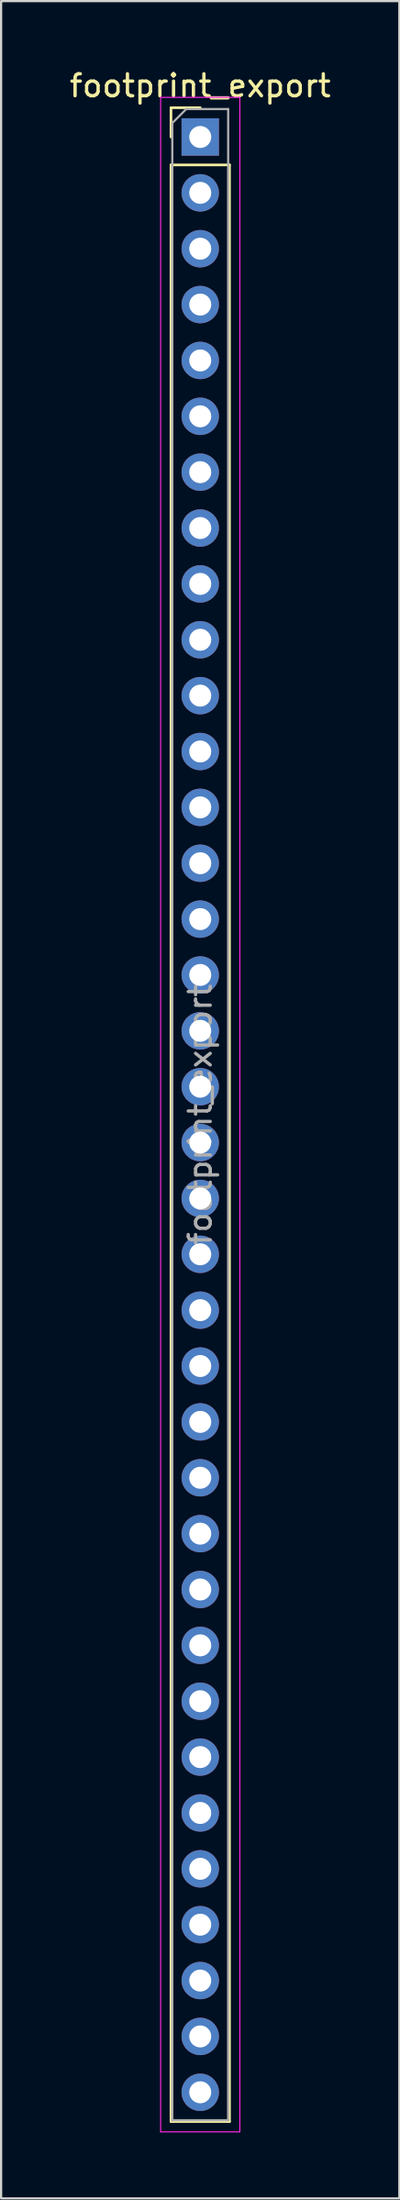
<source format=kicad_pcb>
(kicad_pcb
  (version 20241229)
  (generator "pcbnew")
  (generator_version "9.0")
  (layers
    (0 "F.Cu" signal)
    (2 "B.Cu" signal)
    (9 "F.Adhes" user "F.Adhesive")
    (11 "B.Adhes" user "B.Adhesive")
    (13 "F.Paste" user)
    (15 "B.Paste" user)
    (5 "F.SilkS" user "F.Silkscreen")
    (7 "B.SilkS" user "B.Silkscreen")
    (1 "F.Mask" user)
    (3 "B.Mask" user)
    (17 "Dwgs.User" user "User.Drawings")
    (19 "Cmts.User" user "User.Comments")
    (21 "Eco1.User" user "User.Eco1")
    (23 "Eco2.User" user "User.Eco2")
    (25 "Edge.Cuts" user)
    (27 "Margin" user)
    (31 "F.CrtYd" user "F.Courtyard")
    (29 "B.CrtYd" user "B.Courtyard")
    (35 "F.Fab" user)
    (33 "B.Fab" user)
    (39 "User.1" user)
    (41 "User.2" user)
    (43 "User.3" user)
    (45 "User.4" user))
  (footprint "footprint_export"
    (layer "F.Cu")
    (at 6.054 3.178)
    (property "Reference" "footprint_export" (at 0 -2.33 0) (layer "F.SilkS") (effects (font (size 1 1) (thickness 0.15))))
    (attr through_hole)
    (fp_line (start -1.33 -1.33) (end 0 -1.33) (stroke (width 0.12) (type solid)) (layer "F.SilkS"))
    (fp_line (start -1.33 0) (end -1.33 -1.33) (stroke (width 0.12) (type solid)) (layer "F.SilkS"))
    (fp_line (start -1.33 1.27) (end -1.33 90.23) (stroke (width 0.12) (type solid)) (layer "F.SilkS"))
    (fp_line (start -1.33 1.27) (end 1.33 1.27) (stroke (width 0.12) (type solid)) (layer "F.SilkS"))
    (fp_line (start -1.33 90.23) (end 1.33 90.23) (stroke (width 0.12) (type solid)) (layer "F.SilkS"))
    (fp_line (start 1.33 1.27) (end 1.33 90.23) (stroke (width 0.12) (type solid)) (layer "F.SilkS"))
    (fp_line (start -1.8 -1.8) (end -1.8 90.7) (stroke (width 0.05) (type solid)) (layer "F.CrtYd"))
    (fp_line (start -1.8 90.7) (end 1.8 90.7) (stroke (width 0.05) (type solid)) (layer "F.CrtYd"))
    (fp_line (start 1.8 -1.8) (end -1.8 -1.8) (stroke (width 0.05) (type solid)) (layer "F.CrtYd"))
    (fp_line (start 1.8 90.7) (end 1.8 -1.8) (stroke (width 0.05) (type solid)) (layer "F.CrtYd"))
    (fp_line (start -1.27 -0.635) (end -0.635 -1.27) (stroke (width 0.1) (type solid)) (layer "F.Fab"))
    (fp_line (start -1.27 90.17) (end -1.27 -0.635) (stroke (width 0.1) (type solid)) (layer "F.Fab"))
    (fp_line (start -0.635 -1.27) (end 1.27 -1.27) (stroke (width 0.1) (type solid)) (layer "F.Fab"))
    (fp_line (start 1.27 -1.27) (end 1.27 90.17) (stroke (width 0.1) (type solid)) (layer "F.Fab"))
    (fp_line (start 1.27 90.17) (end -1.27 90.17) (stroke (width 0.1) (type solid)) (layer "F.Fab"))
    (fp_text user "${REFERENCE}" (at 0 44.45 90) (layer "F.Fab") (effects (font (size 1 1) (thickness 0.15))))
    (pad "1" thru_hole rect (at 0 0) (size 1.7 1.7) (drill 1) (layers "*.Cu" "*.Mask"))
    (pad "2" thru_hole oval (at 0 2.54) (size 1.7 1.7) (drill 1) (layers "*.Cu" "*.Mask"))
    (pad "3" thru_hole oval (at 0 5.08) (size 1.7 1.7) (drill 1) (layers "*.Cu" "*.Mask"))
    (pad "4" thru_hole oval (at 0 7.62) (size 1.7 1.7) (drill 1) (layers "*.Cu" "*.Mask"))
    (pad "5" thru_hole oval (at 0 10.16) (size 1.7 1.7) (drill 1) (layers "*.Cu" "*.Mask"))
    (pad "6" thru_hole oval (at 0 12.7) (size 1.7 1.7) (drill 1) (layers "*.Cu" "*.Mask"))
    (pad "7" thru_hole oval (at 0 15.24) (size 1.7 1.7) (drill 1) (layers "*.Cu" "*.Mask"))
    (pad "8" thru_hole oval (at 0 17.78) (size 1.7 1.7) (drill 1) (layers "*.Cu" "*.Mask"))
    (pad "9" thru_hole oval (at 0 20.32) (size 1.7 1.7) (drill 1) (layers "*.Cu" "*.Mask"))
    (pad "10" thru_hole oval (at 0 22.86) (size 1.7 1.7) (drill 1) (layers "*.Cu" "*.Mask"))
    (pad "11" thru_hole oval (at 0 25.4) (size 1.7 1.7) (drill 1) (layers "*.Cu" "*.Mask"))
    (pad "12" thru_hole oval (at 0 27.94) (size 1.7 1.7) (drill 1) (layers "*.Cu" "*.Mask"))
    (pad "13" thru_hole oval (at 0 30.48) (size 1.7 1.7) (drill 1) (layers "*.Cu" "*.Mask"))
    (pad "14" thru_hole oval (at 0 33.02) (size 1.7 1.7) (drill 1) (layers "*.Cu" "*.Mask"))
    (pad "15" thru_hole oval (at 0 35.56) (size 1.7 1.7) (drill 1) (layers "*.Cu" "*.Mask"))
    (pad "16" thru_hole oval (at 0 38.1) (size 1.7 1.7) (drill 1) (layers "*.Cu" "*.Mask"))
    (pad "17" thru_hole oval (at 0 40.64) (size 1.7 1.7) (drill 1) (layers "*.Cu" "*.Mask"))
    (pad "18" thru_hole oval (at 0 43.18) (size 1.7 1.7) (drill 1) (layers "*.Cu" "*.Mask"))
    (pad "19" thru_hole oval (at 0 45.72) (size 1.7 1.7) (drill 1) (layers "*.Cu" "*.Mask"))
    (pad "20" thru_hole oval (at 0 48.26) (size 1.7 1.7) (drill 1) (layers "*.Cu" "*.Mask"))
    (pad "21" thru_hole oval (at 0 50.8) (size 1.7 1.7) (drill 1) (layers "*.Cu" "*.Mask"))
    (pad "22" thru_hole oval (at 0 53.34) (size 1.7 1.7) (drill 1) (layers "*.Cu" "*.Mask"))
    (pad "23" thru_hole oval (at 0 55.88) (size 1.7 1.7) (drill 1) (layers "*.Cu" "*.Mask"))
    (pad "24" thru_hole oval (at 0 58.42) (size 1.7 1.7) (drill 1) (layers "*.Cu" "*.Mask"))
    (pad "25" thru_hole oval (at 0 60.96) (size 1.7 1.7) (drill 1) (layers "*.Cu" "*.Mask"))
    (pad "26" thru_hole oval (at 0 63.5) (size 1.7 1.7) (drill 1) (layers "*.Cu" "*.Mask"))
    (pad "27" thru_hole oval (at 0 66.04) (size 1.7 1.7) (drill 1) (layers "*.Cu" "*.Mask"))
    (pad "28" thru_hole oval (at 0 68.58) (size 1.7 1.7) (drill 1) (layers "*.Cu" "*.Mask"))
    (pad "29" thru_hole oval (at 0 71.12) (size 1.7 1.7) (drill 1) (layers "*.Cu" "*.Mask"))
    (pad "30" thru_hole oval (at 0 73.66) (size 1.7 1.7) (drill 1) (layers "*.Cu" "*.Mask"))
    (pad "31" thru_hole oval (at 0 76.2) (size 1.7 1.7) (drill 1) (layers "*.Cu" "*.Mask"))
    (pad "32" thru_hole oval (at 0 78.74) (size 1.7 1.7) (drill 1) (layers "*.Cu" "*.Mask"))
    (pad "33" thru_hole oval (at 0 81.28) (size 1.7 1.7) (drill 1) (layers "*.Cu" "*.Mask"))
    (pad "34" thru_hole oval (at 0 83.82) (size 1.7 1.7) (drill 1) (layers "*.Cu" "*.Mask"))
    (pad "35" thru_hole oval (at 0 86.36) (size 1.7 1.7) (drill 1) (layers "*.Cu" "*.Mask"))
    (pad "36" thru_hole oval (at 0 88.9) (size 1.7 1.7) (drill 1) (layers "*.Cu" "*.Mask")))
  (gr_rect
    (start -3 -3)
    (end 15.107 96.903)
    (stroke (width 0.1) (type default))
    (fill no)
    (layer "Edge.Cuts")))
</source>
